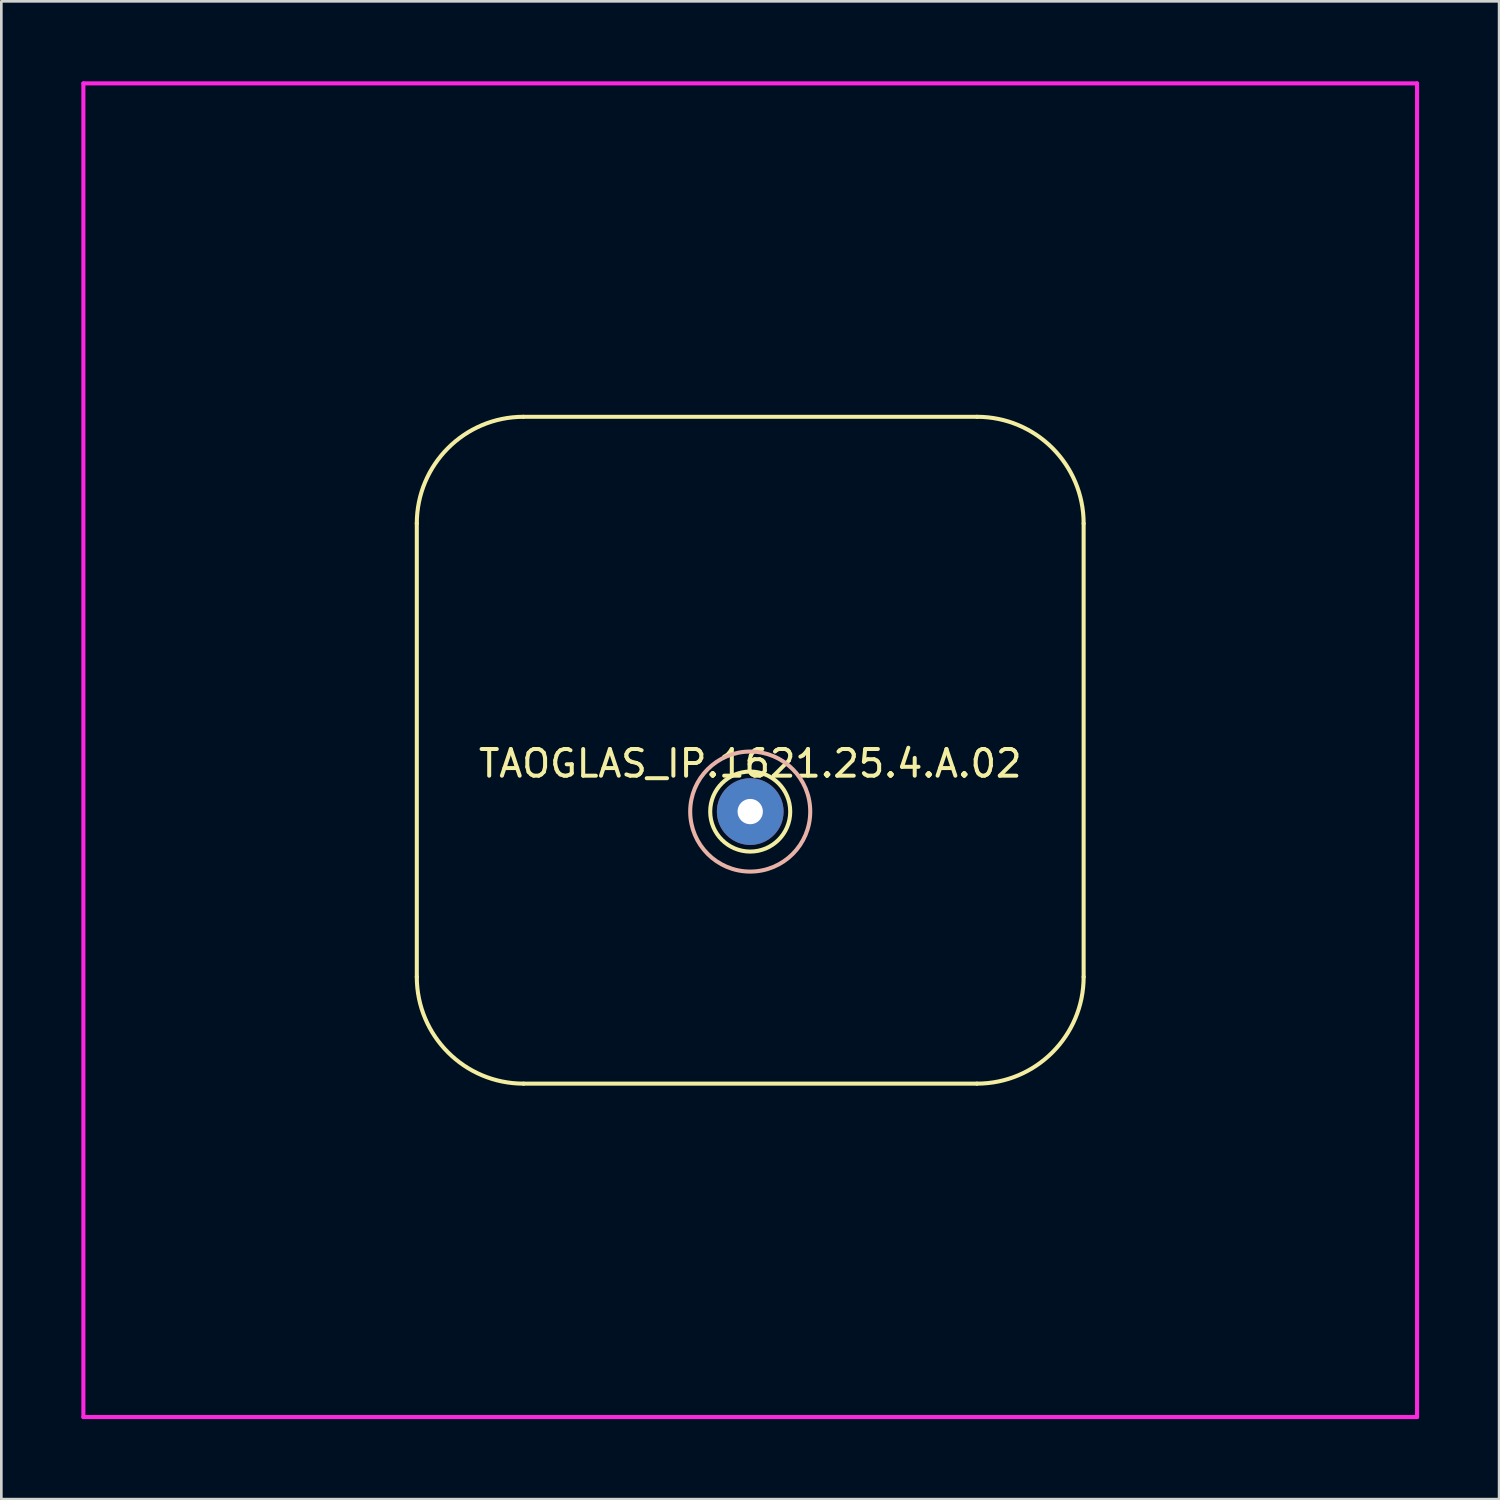
<source format=kicad_pcb>
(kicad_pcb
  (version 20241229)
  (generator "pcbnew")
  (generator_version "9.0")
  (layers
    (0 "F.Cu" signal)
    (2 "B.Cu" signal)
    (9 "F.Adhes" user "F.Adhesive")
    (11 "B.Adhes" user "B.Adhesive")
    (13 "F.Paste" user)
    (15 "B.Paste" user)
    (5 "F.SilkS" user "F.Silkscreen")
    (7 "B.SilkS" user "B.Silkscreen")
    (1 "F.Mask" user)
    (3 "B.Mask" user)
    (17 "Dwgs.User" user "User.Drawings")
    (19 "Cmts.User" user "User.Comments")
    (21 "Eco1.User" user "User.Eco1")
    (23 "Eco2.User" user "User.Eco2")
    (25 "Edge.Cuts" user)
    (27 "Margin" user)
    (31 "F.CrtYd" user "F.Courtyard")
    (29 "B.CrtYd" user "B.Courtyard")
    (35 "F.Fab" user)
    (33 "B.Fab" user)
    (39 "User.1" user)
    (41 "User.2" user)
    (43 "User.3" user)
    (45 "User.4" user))
  (footprint "TAOGLAS_IP.1621.25.4.A.02"
    (layer "F.Cu")
    (at 25.076 25.076)
    (property "Reference" "TAOGLAS_IP.1621.25.4.A.02" (at 0 0.5 0) (layer "F.SilkS") (effects (font (size 1 1) (thickness 0.15))))
    (attr through_hole)
    (fp_circle (center 0 2.3) (end 1.5 2.3) (stroke (width 0.152) (type solid)) (fill no) (layer "F.Mask"))
    (fp_circle (center 0 2.3) (end 2.25 2.3) (stroke (width 0.152) (type solid)) (fill no) (layer "B.Mask"))
    (fp_line (start -12.5 8.5) (end -12.5 -8.5) (stroke (width 0.152) (type solid)) (layer "F.SilkS"))
    (fp_line (start -8.5 -12.5) (end 8.5 -12.5) (stroke (width 0.152) (type solid)) (layer "F.SilkS"))
    (fp_line (start 8.5 12.5) (end -8.5 12.5) (stroke (width 0.152) (type solid)) (layer "F.SilkS"))
    (fp_line (start 12.5 -8.5) (end 12.5 8.5) (stroke (width 0.152) (type solid)) (layer "F.SilkS"))
    (fp_arc (start -12.5 -8.5) (mid -11.330894 -11.325958) (end -8.506981 -12.499994) (stroke (width 0.1524) (type solid)) (layer "F.SilkS"))
    (fp_arc (start -8.5 12.5) (mid -11.328427 11.328427) (end -12.5 8.5) (stroke (width 0.1524) (type solid)) (layer "F.SilkS"))
    (fp_arc (start 8.5 -12.5) (mid 11.328427 -11.328427) (end 12.5 -8.5) (stroke (width 0.1524) (type solid)) (layer "F.SilkS"))
    (fp_arc (start 12.5 8.5) (mid 11.328427 11.328427) (end 8.5 12.5) (stroke (width 0.1524) (type solid)) (layer "F.SilkS"))
    (fp_circle (center 0 2.3) (end 1.5 2.3) (stroke (width 0.152) (type solid)) (fill no) (layer "F.SilkS"))
    (fp_circle (center 0 2.3) (end 2.25 2.3) (stroke (width 0.152) (type solid)) (fill no) (layer "B.SilkS"))
    (fp_line (start -25 -25) (end 25 -25) (stroke (width 0.152) (type solid)) (layer "F.CrtYd"))
    (fp_line (start -25 25) (end -25 -25) (stroke (width 0.152) (type solid)) (layer "F.CrtYd"))
    (fp_line (start 25 -25) (end 25 25) (stroke (width 0.152) (type solid)) (layer "F.CrtYd"))
    (fp_line (start 25 25) (end -25 25) (stroke (width 0.152) (type solid)) (layer "F.CrtYd"))
    (pad "1" thru_hole circle (at 0 2.3) (size 2.5 2.5) (drill 0.95) (layers "B.Cu")))
  (gr_rect
    (start -3 -3)
    (end 53.152 53.152)
    (stroke (width 0.1) (type default))
    (fill no)
    (layer "Edge.Cuts")))
</source>
